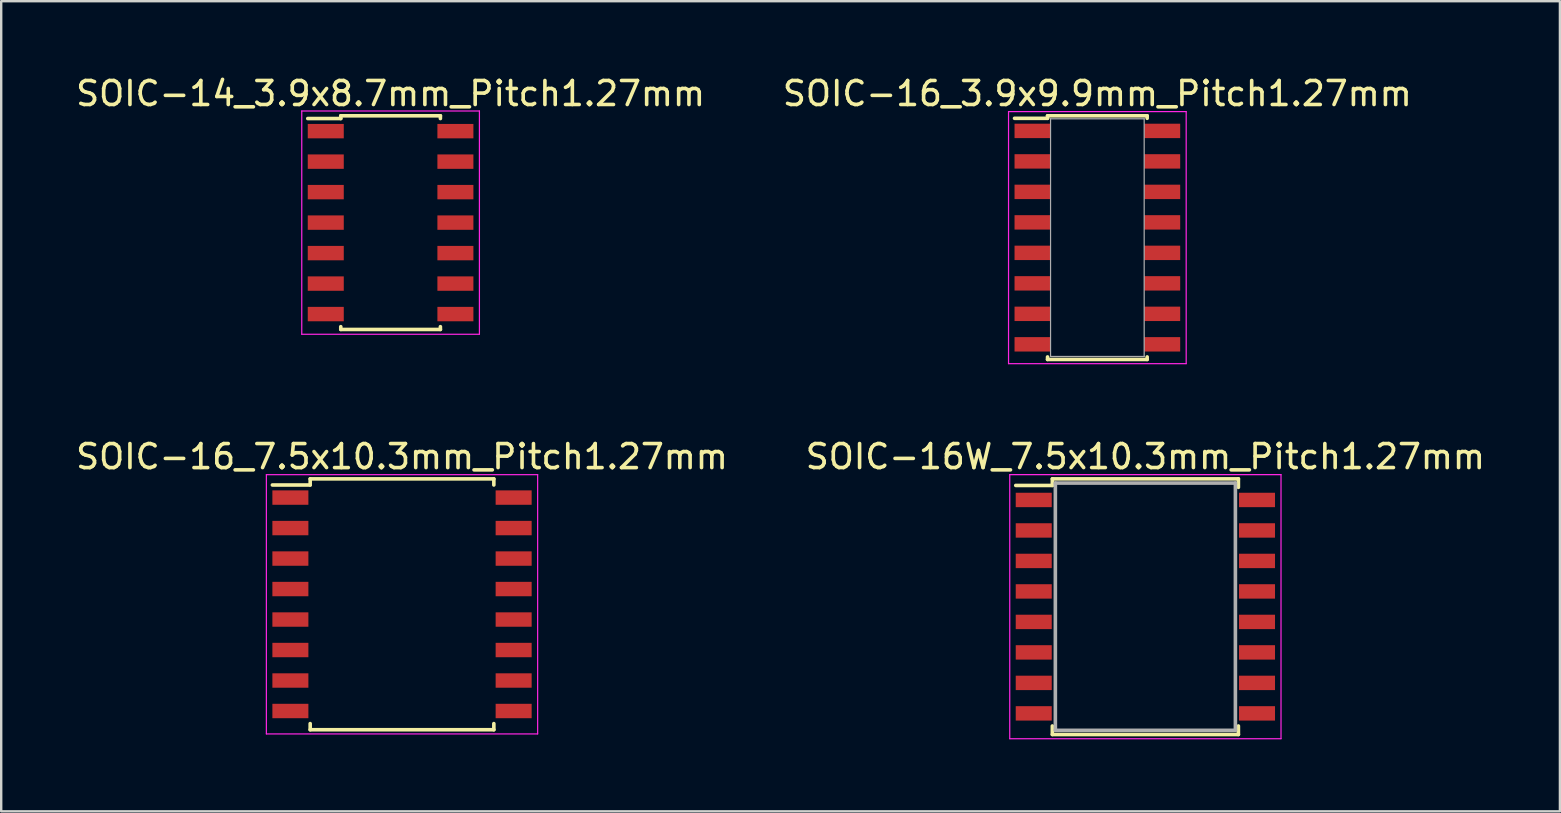
<source format=kicad_pcb>
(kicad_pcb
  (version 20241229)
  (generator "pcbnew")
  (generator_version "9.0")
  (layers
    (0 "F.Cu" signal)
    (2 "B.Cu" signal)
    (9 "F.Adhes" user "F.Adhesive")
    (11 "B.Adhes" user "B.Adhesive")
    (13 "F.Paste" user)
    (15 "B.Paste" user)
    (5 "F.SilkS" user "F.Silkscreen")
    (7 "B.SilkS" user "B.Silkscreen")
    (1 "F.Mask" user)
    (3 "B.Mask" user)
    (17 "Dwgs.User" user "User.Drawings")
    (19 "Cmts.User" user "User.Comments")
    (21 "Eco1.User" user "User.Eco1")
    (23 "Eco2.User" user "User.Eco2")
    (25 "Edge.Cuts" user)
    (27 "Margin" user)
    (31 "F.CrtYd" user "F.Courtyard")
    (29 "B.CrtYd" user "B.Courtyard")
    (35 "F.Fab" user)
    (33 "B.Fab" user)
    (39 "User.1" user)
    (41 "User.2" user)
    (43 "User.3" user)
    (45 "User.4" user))
  (footprint "SOIC-16W_7.5x10.3mm_Pitch1.27mm"
    (layer "F.Cu")
    (at 44.661 22.221)
    (property "Reference" "SOIC-16W_7.5x10.3mm_Pitch1.27mm" (at 0 -6.25 0) (layer "F.SilkS") (effects (font (size 1 1) (thickness 0.15))))
    (attr smd)
    (fp_line (start -3.875 -5.325) (end -3.875 -5.05) (stroke (width 0.15) (type solid)) (layer "F.SilkS"))
    (fp_line (start -3.875 -5.325) (end 3.875 -5.325) (stroke (width 0.15) (type solid)) (layer "F.SilkS"))
    (fp_line (start -3.875 -5.05) (end -5.4 -5.05) (stroke (width 0.15) (type solid)) (layer "F.SilkS"))
    (fp_line (start -3.875 5.325) (end -3.875 4.97) (stroke (width 0.15) (type solid)) (layer "F.SilkS"))
    (fp_line (start -3.875 5.325) (end 3.875 5.325) (stroke (width 0.15) (type solid)) (layer "F.SilkS"))
    (fp_line (start 3.875 -5.325) (end 3.875 -4.97) (stroke (width 0.15) (type solid)) (layer "F.SilkS"))
    (fp_line (start 3.875 5.325) (end 3.875 4.97) (stroke (width 0.15) (type solid)) (layer "F.SilkS"))
    (fp_line (start -5.65 -5.5) (end -5.65 5.5) (stroke (width 0.05) (type solid)) (layer "F.CrtYd"))
    (fp_line (start -5.65 -5.5) (end 5.65 -5.5) (stroke (width 0.05) (type solid)) (layer "F.CrtYd"))
    (fp_line (start -5.65 5.5) (end 5.65 5.5) (stroke (width 0.05) (type solid)) (layer "F.CrtYd"))
    (fp_line (start 5.65 -5.5) (end 5.65 5.5) (stroke (width 0.05) (type solid)) (layer "F.CrtYd"))
    (fp_line (start -3.75 -5.15) (end -3.75 5.15) (stroke (width 0.15) (type solid)) (layer "F.Fab"))
    (fp_line (start -3.75 5.15) (end 3.75 5.15) (stroke (width 0.15) (type solid)) (layer "F.Fab"))
    (fp_line (start 3.75 -5.15) (end -3.75 -5.15) (stroke (width 0.15) (type solid)) (layer "F.Fab"))
    (fp_line (start 3.75 5.15) (end 3.75 -5.15) (stroke (width 0.15) (type solid)) (layer "F.Fab"))
    (pad "1" smd rect (at -4.65 -4.445) (size 1.5 0.6) (layers "F.Cu" "F.Mask" "F.Paste"))
    (pad "2" smd rect (at -4.65 -3.175) (size 1.5 0.6) (layers "F.Cu" "F.Mask" "F.Paste"))
    (pad "3" smd rect (at -4.65 -1.905) (size 1.5 0.6) (layers "F.Cu" "F.Mask" "F.Paste"))
    (pad "4" smd rect (at -4.65 -0.635) (size 1.5 0.6) (layers "F.Cu" "F.Mask" "F.Paste"))
    (pad "5" smd rect (at -4.65 0.635) (size 1.5 0.6) (layers "F.Cu" "F.Mask" "F.Paste"))
    (pad "6" smd rect (at -4.65 1.905) (size 1.5 0.6) (layers "F.Cu" "F.Mask" "F.Paste"))
    (pad "7" smd rect (at -4.65 3.175) (size 1.5 0.6) (layers "F.Cu" "F.Mask" "F.Paste"))
    (pad "8" smd rect (at -4.65 4.445) (size 1.5 0.6) (layers "F.Cu" "F.Mask" "F.Paste"))
    (pad "9" smd rect (at 4.65 4.445) (size 1.5 0.6) (layers "F.Cu" "F.Mask" "F.Paste"))
    (pad "10" smd rect (at 4.65 3.175) (size 1.5 0.6) (layers "F.Cu" "F.Mask" "F.Paste"))
    (pad "11" smd rect (at 4.65 1.905) (size 1.5 0.6) (layers "F.Cu" "F.Mask" "F.Paste"))
    (pad "12" smd rect (at 4.65 0.635) (size 1.5 0.6) (layers "F.Cu" "F.Mask" "F.Paste"))
    (pad "13" smd rect (at 4.65 -0.635) (size 1.5 0.6) (layers "F.Cu" "F.Mask" "F.Paste"))
    (pad "14" smd rect (at 4.65 -1.905) (size 1.5 0.6) (layers "F.Cu" "F.Mask" "F.Paste"))
    (pad "15" smd rect (at 4.65 -3.175) (size 1.5 0.6) (layers "F.Cu" "F.Mask" "F.Paste"))
    (pad "16" smd rect (at 4.65 -4.445) (size 1.5 0.6) (layers "F.Cu" "F.Mask" "F.Paste")))
  (footprint "SOIC-16_7.5x10.3mm_Pitch1.27mm"
    (layer "F.Cu")
    (at 13.696 22.122)
    (property "Reference" "SOIC-16_7.5x10.3mm_Pitch1.27mm" (at 0 -6.15 0) (layer "F.SilkS") (effects (font (size 1 1) (thickness 0.15))))
    (attr smd)
    (fp_line (start -3.825 -5.225) (end -3.825 -4.97) (stroke (width 0.15) (type solid)) (layer "F.SilkS"))
    (fp_line (start -3.825 -5.225) (end 3.825 -5.225) (stroke (width 0.15) (type solid)) (layer "F.SilkS"))
    (fp_line (start -3.825 -4.97) (end -5.4 -4.97) (stroke (width 0.15) (type solid)) (layer "F.SilkS"))
    (fp_line (start -3.825 5.225) (end -3.825 4.97) (stroke (width 0.15) (type solid)) (layer "F.SilkS"))
    (fp_line (start -3.825 5.225) (end 3.825 5.225) (stroke (width 0.15) (type solid)) (layer "F.SilkS"))
    (fp_line (start 3.825 -5.225) (end 3.825 -4.97) (stroke (width 0.15) (type solid)) (layer "F.SilkS"))
    (fp_line (start 3.825 5.225) (end 3.825 4.97) (stroke (width 0.15) (type solid)) (layer "F.SilkS"))
    (fp_line (start -5.65 -5.4) (end -5.65 5.4) (stroke (width 0.05) (type solid)) (layer "F.CrtYd"))
    (fp_line (start -5.65 -5.4) (end 5.65 -5.4) (stroke (width 0.05) (type solid)) (layer "F.CrtYd"))
    (fp_line (start -5.65 5.4) (end 5.65 5.4) (stroke (width 0.05) (type solid)) (layer "F.CrtYd"))
    (fp_line (start 5.65 -5.4) (end 5.65 5.4) (stroke (width 0.05) (type solid)) (layer "F.CrtYd"))
    (pad "1" smd rect (at -4.65 -4.445) (size 1.5 0.6) (layers "F.Cu" "F.Mask" "F.Paste"))
    (pad "2" smd rect (at -4.65 -3.175) (size 1.5 0.6) (layers "F.Cu" "F.Mask" "F.Paste"))
    (pad "3" smd rect (at -4.65 -1.905) (size 1.5 0.6) (layers "F.Cu" "F.Mask" "F.Paste"))
    (pad "4" smd rect (at -4.65 -0.635) (size 1.5 0.6) (layers "F.Cu" "F.Mask" "F.Paste"))
    (pad "5" smd rect (at -4.65 0.635) (size 1.5 0.6) (layers "F.Cu" "F.Mask" "F.Paste"))
    (pad "6" smd rect (at -4.65 1.905) (size 1.5 0.6) (layers "F.Cu" "F.Mask" "F.Paste"))
    (pad "7" smd rect (at -4.65 3.175) (size 1.5 0.6) (layers "F.Cu" "F.Mask" "F.Paste"))
    (pad "8" smd rect (at -4.65 4.445) (size 1.5 0.6) (layers "F.Cu" "F.Mask" "F.Paste"))
    (pad "9" smd rect (at 4.65 4.445) (size 1.5 0.6) (layers "F.Cu" "F.Mask" "F.Paste"))
    (pad "10" smd rect (at 4.65 3.175) (size 1.5 0.6) (layers "F.Cu" "F.Mask" "F.Paste"))
    (pad "11" smd rect (at 4.65 1.905) (size 1.5 0.6) (layers "F.Cu" "F.Mask" "F.Paste"))
    (pad "12" smd rect (at 4.65 0.635) (size 1.5 0.6) (layers "F.Cu" "F.Mask" "F.Paste"))
    (pad "13" smd rect (at 4.65 -0.635) (size 1.5 0.6) (layers "F.Cu" "F.Mask" "F.Paste"))
    (pad "14" smd rect (at 4.65 -1.905) (size 1.5 0.6) (layers "F.Cu" "F.Mask" "F.Paste"))
    (pad "15" smd rect (at 4.65 -3.175) (size 1.5 0.6) (layers "F.Cu" "F.Mask" "F.Paste"))
    (pad "16" smd rect (at 4.65 -4.445) (size 1.5 0.6) (layers "F.Cu" "F.Mask" "F.Paste")))
  (footprint "SOIC-14_3.9x8.7mm_Pitch1.27mm"
    (layer "F.Cu")
    (at 13.22 6.223)
    (property "Reference" "SOIC-14_3.9x8.7mm_Pitch1.27mm" (at 0 -5.375 0) (layer "F.SilkS") (effects (font (size 1 1) (thickness 0.15))))
    (attr smd)
    (fp_line (start -2.075 -4.45) (end -2.075 -4.335) (stroke (width 0.15) (type solid)) (layer "F.SilkS"))
    (fp_line (start -2.075 -4.45) (end 2.075 -4.45) (stroke (width 0.15) (type solid)) (layer "F.SilkS"))
    (fp_line (start -2.075 -4.335) (end -3.45 -4.335) (stroke (width 0.15) (type solid)) (layer "F.SilkS"))
    (fp_line (start -2.075 4.45) (end -2.075 4.335) (stroke (width 0.15) (type solid)) (layer "F.SilkS"))
    (fp_line (start -2.075 4.45) (end 2.075 4.45) (stroke (width 0.15) (type solid)) (layer "F.SilkS"))
    (fp_line (start 2.075 -4.45) (end 2.075 -4.335) (stroke (width 0.15) (type solid)) (layer "F.SilkS"))
    (fp_line (start 2.075 4.45) (end 2.075 4.335) (stroke (width 0.15) (type solid)) (layer "F.SilkS"))
    (fp_line (start -3.7 -4.65) (end -3.7 4.65) (stroke (width 0.05) (type solid)) (layer "F.CrtYd"))
    (fp_line (start -3.7 -4.65) (end 3.7 -4.65) (stroke (width 0.05) (type solid)) (layer "F.CrtYd"))
    (fp_line (start -3.7 4.65) (end 3.7 4.65) (stroke (width 0.05) (type solid)) (layer "F.CrtYd"))
    (fp_line (start 3.7 -4.65) (end 3.7 4.65) (stroke (width 0.05) (type solid)) (layer "F.CrtYd"))
    (pad "1" smd rect (at -2.7 -3.81) (size 1.5 0.6) (layers "F.Cu" "F.Mask" "F.Paste"))
    (pad "2" smd rect (at -2.7 -2.54) (size 1.5 0.6) (layers "F.Cu" "F.Mask" "F.Paste"))
    (pad "3" smd rect (at -2.7 -1.27) (size 1.5 0.6) (layers "F.Cu" "F.Mask" "F.Paste"))
    (pad "4" smd rect (at -2.7 0) (size 1.5 0.6) (layers "F.Cu" "F.Mask" "F.Paste"))
    (pad "5" smd rect (at -2.7 1.27) (size 1.5 0.6) (layers "F.Cu" "F.Mask" "F.Paste"))
    (pad "6" smd rect (at -2.7 2.54) (size 1.5 0.6) (layers "F.Cu" "F.Mask" "F.Paste"))
    (pad "7" smd rect (at -2.7 3.81) (size 1.5 0.6) (layers "F.Cu" "F.Mask" "F.Paste"))
    (pad "8" smd rect (at 2.7 3.81) (size 1.5 0.6) (layers "F.Cu" "F.Mask" "F.Paste"))
    (pad "9" smd rect (at 2.7 2.54) (size 1.5 0.6) (layers "F.Cu" "F.Mask" "F.Paste"))
    (pad "10" smd rect (at 2.7 1.27) (size 1.5 0.6) (layers "F.Cu" "F.Mask" "F.Paste"))
    (pad "11" smd rect (at 2.7 0) (size 1.5 0.6) (layers "F.Cu" "F.Mask" "F.Paste"))
    (pad "12" smd rect (at 2.7 -1.27) (size 1.5 0.6) (layers "F.Cu" "F.Mask" "F.Paste"))
    (pad "13" smd rect (at 2.7 -2.54) (size 1.5 0.6) (layers "F.Cu" "F.Mask" "F.Paste"))
    (pad "14" smd rect (at 2.7 -3.81) (size 1.5 0.6) (layers "F.Cu" "F.Mask" "F.Paste")))
  (footprint "SOIC-16_3.9x9.9mm_Pitch1.27mm"
    (layer "F.Cu")
    (at 42.661 6.848)
    (property "Reference" "SOIC-16_3.9x9.9mm_Pitch1.27mm" (at 0 -6 0) (layer "F.SilkS") (effects (font (size 1 1) (thickness 0.15))))
    (attr smd)
    (fp_line (start -2.075 -5.075) (end -2.075 -4.97) (stroke (width 0.15) (type solid)) (layer "F.SilkS"))
    (fp_line (start -2.075 -5.075) (end 2.075 -5.075) (stroke (width 0.15) (type solid)) (layer "F.SilkS"))
    (fp_line (start -2.075 -4.97) (end -3.45 -4.97) (stroke (width 0.15) (type solid)) (layer "F.SilkS"))
    (fp_line (start -2.075 5.075) (end -2.075 4.97) (stroke (width 0.15) (type solid)) (layer "F.SilkS"))
    (fp_line (start -2.075 5.075) (end 2.075 5.075) (stroke (width 0.15) (type solid)) (layer "F.SilkS"))
    (fp_line (start 2.075 -5.075) (end 2.075 -4.97) (stroke (width 0.15) (type solid)) (layer "F.SilkS"))
    (fp_line (start 2.075 5.075) (end 2.075 4.97) (stroke (width 0.15) (type solid)) (layer "F.SilkS"))
    (fp_line (start -3.7 -5.25) (end -3.7 5.25) (stroke (width 0.05) (type solid)) (layer "F.CrtYd"))
    (fp_line (start -3.7 -5.25) (end 3.7 -5.25) (stroke (width 0.05) (type solid)) (layer "F.CrtYd"))
    (fp_line (start -3.7 5.25) (end 3.7 5.25) (stroke (width 0.05) (type solid)) (layer "F.CrtYd"))
    (fp_line (start 3.7 -5.25) (end 3.7 5.25) (stroke (width 0.05) (type solid)) (layer "F.CrtYd"))
    (fp_line (start -1.95 -4.95) (end -1.95 4.95) (stroke (width 0.05) (type solid)) (layer "F.Fab"))
    (fp_line (start -1.95 4.95) (end 1.95 4.95) (stroke (width 0.05) (type solid)) (layer "F.Fab"))
    (fp_line (start 1.95 -4.95) (end -1.95 -4.95) (stroke (width 0.05) (type solid)) (layer "F.Fab"))
    (fp_line (start 1.95 4.95) (end 1.95 -4.95) (stroke (width 0.05) (type solid)) (layer "F.Fab"))
    (pad "1" smd rect (at -2.7 -4.445) (size 1.5 0.6) (layers "F.Cu" "F.Mask" "F.Paste"))
    (pad "2" smd rect (at -2.7 -3.175) (size 1.5 0.6) (layers "F.Cu" "F.Mask" "F.Paste"))
    (pad "3" smd rect (at -2.7 -1.905) (size 1.5 0.6) (layers "F.Cu" "F.Mask" "F.Paste"))
    (pad "4" smd rect (at -2.7 -0.635) (size 1.5 0.6) (layers "F.Cu" "F.Mask" "F.Paste"))
    (pad "5" smd rect (at -2.7 0.635) (size 1.5 0.6) (layers "F.Cu" "F.Mask" "F.Paste"))
    (pad "6" smd rect (at -2.7 1.905) (size 1.5 0.6) (layers "F.Cu" "F.Mask" "F.Paste"))
    (pad "7" smd rect (at -2.7 3.175) (size 1.5 0.6) (layers "F.Cu" "F.Mask" "F.Paste"))
    (pad "8" smd rect (at -2.7 4.445) (size 1.5 0.6) (layers "F.Cu" "F.Mask" "F.Paste"))
    (pad "9" smd rect (at 2.7 4.445) (size 1.5 0.6) (layers "F.Cu" "F.Mask" "F.Paste"))
    (pad "10" smd rect (at 2.7 3.175) (size 1.5 0.6) (layers "F.Cu" "F.Mask" "F.Paste"))
    (pad "11" smd rect (at 2.7 1.905) (size 1.5 0.6) (layers "F.Cu" "F.Mask" "F.Paste"))
    (pad "12" smd rect (at 2.7 0.635) (size 1.5 0.6) (layers "F.Cu" "F.Mask" "F.Paste"))
    (pad "13" smd rect (at 2.7 -0.635) (size 1.5 0.6) (layers "F.Cu" "F.Mask" "F.Paste"))
    (pad "14" smd rect (at 2.7 -1.905) (size 1.5 0.6) (layers "F.Cu" "F.Mask" "F.Paste"))
    (pad "15" smd rect (at 2.7 -3.175) (size 1.5 0.6) (layers "F.Cu" "F.Mask" "F.Paste"))
    (pad "16" smd rect (at 2.7 -4.445) (size 1.5 0.6) (layers "F.Cu" "F.Mask" "F.Paste")))
  (gr_rect
    (start -3 -3)
    (end 61.929 30.747)
    (stroke (width 0.1) (type default))
    (fill no)
    (layer "Edge.Cuts")))
</source>
